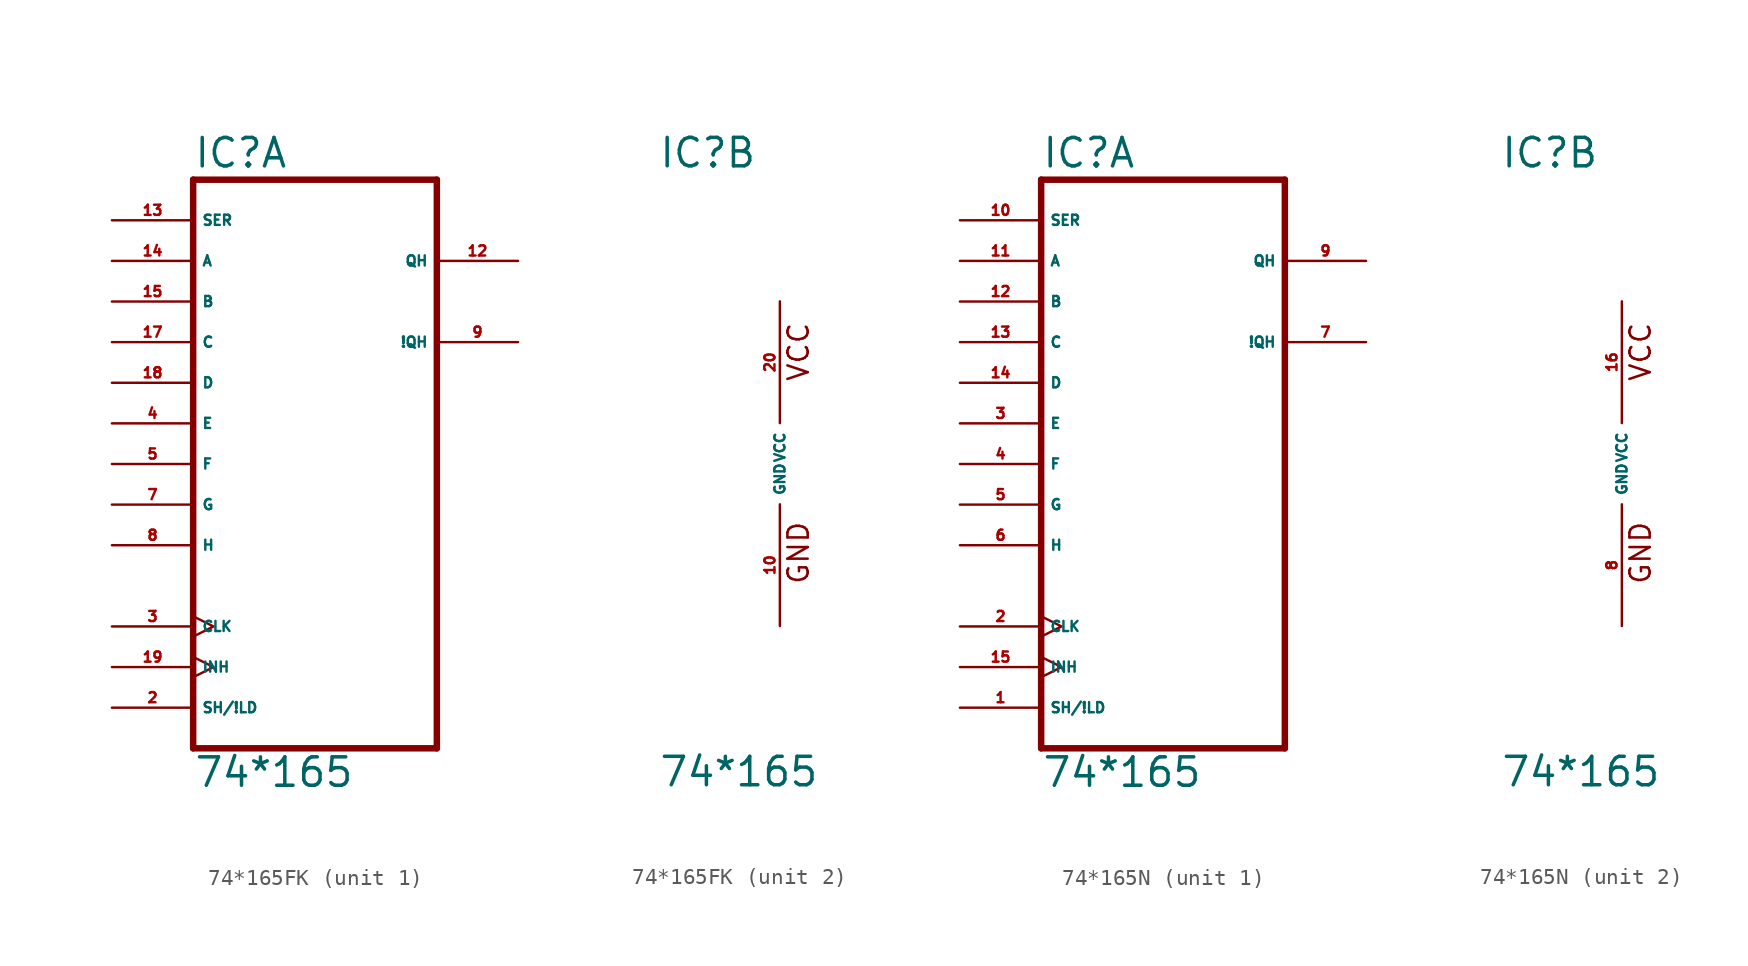
<source format=kicad_sym>
(kicad_symbol_lib
  (version 20220914)
  (generator Eagle2Kicad)
  (symbol "74*165FK"
    (property "Reference" "IC"
      (at -7.62 18.415 0)
      (effects (font (size 1.778 1.778) (thickness 0.22)) (justify left bottom)))
    (property "Value" "74*165"
      (at -7.62 -20.32 0)
      (effects (font (size 1.778 1.778) (thickness 0.22)) (justify left bottom)))
    (symbol "74*165FK_1_0"
      (polyline (pts (xy -7.62 -17.78) (xy 7.62 -17.78)) (stroke (width 0.406) (type default)) (fill (type none)))
      (polyline (pts (xy 7.62 -17.78) (xy 7.62 17.78)) (stroke (width 0.406) (type default)) (fill (type none)))
      (polyline (pts (xy 7.62 17.78) (xy -7.62 17.78)) (stroke (width 0.406) (type default)) (fill (type none)))
      (polyline (pts (xy -7.62 17.78) (xy -7.62 -17.78)) (stroke (width 0.406) (type default)) (fill (type none)))
      (pin input line (at -12.7 -15.24 0) (length 5.08) (name "SH/!LD" (effects (font (size 0.635 0.635) (thickness 0.08)) (justify left bottom))) (number "2" (effects (font (size 0.635 0.635) (thickness 0.08)) (justify left bottom))))
      (pin input clock (at -12.7 -10.16 0) (length 5.08) (name "CLK" (effects (font (size 0.635 0.635) (thickness 0.08)) (justify left bottom))) (number "3" (effects (font (size 0.635 0.635) (thickness 0.08)) (justify left bottom))))
      (pin input line (at -12.7 2.54 0) (length 5.08) (name "E" (effects (font (size 0.635 0.635) (thickness 0.08)) (justify left bottom))) (number "4" (effects (font (size 0.635 0.635) (thickness 0.08)) (justify left bottom))))
      (pin input line (at -12.7 0 0) (length 5.08) (name "F" (effects (font (size 0.635 0.635) (thickness 0.08)) (justify left bottom))) (number "5" (effects (font (size 0.635 0.635) (thickness 0.08)) (justify left bottom))))
      (pin input line (at -12.7 -2.54 0) (length 5.08) (name "G" (effects (font (size 0.635 0.635) (thickness 0.08)) (justify left bottom))) (number "7" (effects (font (size 0.635 0.635) (thickness 0.08)) (justify left bottom))))
      (pin input line (at -12.7 -5.08 0) (length 5.08) (name "H" (effects (font (size 0.635 0.635) (thickness 0.08)) (justify left bottom))) (number "8" (effects (font (size 0.635 0.635) (thickness 0.08)) (justify left bottom))))
      (pin output line (at 12.7 7.62 180) (length 5.08) (name "!QH" (effects (font (size 0.635 0.635) (thickness 0.08)) (justify left bottom))) (number "9" (effects (font (size 0.635 0.635) (thickness 0.08)) (justify left bottom))))
      (pin output line (at 12.7 12.7 180) (length 5.08) (name "QH" (effects (font (size 0.635 0.635) (thickness 0.08)) (justify left bottom))) (number "12" (effects (font (size 0.635 0.635) (thickness 0.08)) (justify left bottom))))
      (pin input line (at -12.7 15.24 0) (length 5.08) (name "SER" (effects (font (size 0.635 0.635) (thickness 0.08)) (justify left bottom))) (number "13" (effects (font (size 0.635 0.635) (thickness 0.08)) (justify left bottom))))
      (pin input line (at -12.7 12.7 0) (length 5.08) (name "A" (effects (font (size 0.635 0.635) (thickness 0.08)) (justify left bottom))) (number "14" (effects (font (size 0.635 0.635) (thickness 0.08)) (justify left bottom))))
      (pin input line (at -12.7 10.16 0) (length 5.08) (name "B" (effects (font (size 0.635 0.635) (thickness 0.08)) (justify left bottom))) (number "15" (effects (font (size 0.635 0.635) (thickness 0.08)) (justify left bottom))))
      (pin input line (at -12.7 7.62 0) (length 5.08) (name "C" (effects (font (size 0.635 0.635) (thickness 0.08)) (justify left bottom))) (number "17" (effects (font (size 0.635 0.635) (thickness 0.08)) (justify left bottom))))
      (pin input line (at -12.7 5.08 0) (length 5.08) (name "D" (effects (font (size 0.635 0.635) (thickness 0.08)) (justify left bottom))) (number "18" (effects (font (size 0.635 0.635) (thickness 0.08)) (justify left bottom))))
      (pin input clock (at -12.7 -12.7 0) (length 5.08) (name "INH" (effects (font (size 0.635 0.635) (thickness 0.08)) (justify left bottom))) (number "19" (effects (font (size 0.635 0.635) (thickness 0.08)) (justify left bottom)))))
    (symbol "74*165FK_2_0"
      (text "GND" (at 1.905 -7.62 900) (effects (font (size 1.27 1.27) (thickness 0.16)) (justify left bottom)))
      (text "VCC" (at 1.905 5.08 900) (effects (font (size 1.27 1.27) (thickness 0.16)) (justify left bottom)))
      (pin unspecified line (at 0 -10.16 90) (length 7.62) (name "GND" (effects (font (size 0.635 0.635) (thickness 0.08)) (justify left bottom))) (number "10" (effects (font (size 0.635 0.635) (thickness 0.08)) (justify left bottom))))
      (pin unspecified line (at 0 10.16 270) (length 7.62) (name "VCC" (effects (font (size 0.635 0.635) (thickness 0.08)) (justify left bottom))) (number "20" (effects (font (size 0.635 0.635) (thickness 0.08)) (justify left bottom))))))
  (symbol "74*165N"
    (property "Reference" "IC"
      (at -7.62 18.415 0)
      (effects (font (size 1.778 1.778) (thickness 0.22)) (justify left bottom)))
    (property "Value" "74*165"
      (at -7.62 -20.32 0)
      (effects (font (size 1.778 1.778) (thickness 0.22)) (justify left bottom)))
    (symbol "74*165N_1_0"
      (polyline (pts (xy -7.62 -17.78) (xy 7.62 -17.78)) (stroke (width 0.406) (type default)) (fill (type none)))
      (polyline (pts (xy 7.62 -17.78) (xy 7.62 17.78)) (stroke (width 0.406) (type default)) (fill (type none)))
      (polyline (pts (xy 7.62 17.78) (xy -7.62 17.78)) (stroke (width 0.406) (type default)) (fill (type none)))
      (polyline (pts (xy -7.62 17.78) (xy -7.62 -17.78)) (stroke (width 0.406) (type default)) (fill (type none)))
      (pin input line (at -12.7 -15.24 0) (length 5.08) (name "SH/!LD" (effects (font (size 0.635 0.635) (thickness 0.08)) (justify left bottom))) (number "1" (effects (font (size 0.635 0.635) (thickness 0.08)) (justify left bottom))))
      (pin input clock (at -12.7 -10.16 0) (length 5.08) (name "CLK" (effects (font (size 0.635 0.635) (thickness 0.08)) (justify left bottom))) (number "2" (effects (font (size 0.635 0.635) (thickness 0.08)) (justify left bottom))))
      (pin input line (at -12.7 2.54 0) (length 5.08) (name "E" (effects (font (size 0.635 0.635) (thickness 0.08)) (justify left bottom))) (number "3" (effects (font (size 0.635 0.635) (thickness 0.08)) (justify left bottom))))
      (pin input line (at -12.7 0 0) (length 5.08) (name "F" (effects (font (size 0.635 0.635) (thickness 0.08)) (justify left bottom))) (number "4" (effects (font (size 0.635 0.635) (thickness 0.08)) (justify left bottom))))
      (pin input line (at -12.7 -2.54 0) (length 5.08) (name "G" (effects (font (size 0.635 0.635) (thickness 0.08)) (justify left bottom))) (number "5" (effects (font (size 0.635 0.635) (thickness 0.08)) (justify left bottom))))
      (pin input line (at -12.7 -5.08 0) (length 5.08) (name "H" (effects (font (size 0.635 0.635) (thickness 0.08)) (justify left bottom))) (number "6" (effects (font (size 0.635 0.635) (thickness 0.08)) (justify left bottom))))
      (pin output line (at 12.7 7.62 180) (length 5.08) (name "!QH" (effects (font (size 0.635 0.635) (thickness 0.08)) (justify left bottom))) (number "7" (effects (font (size 0.635 0.635) (thickness 0.08)) (justify left bottom))))
      (pin output line (at 12.7 12.7 180) (length 5.08) (name "QH" (effects (font (size 0.635 0.635) (thickness 0.08)) (justify left bottom))) (number "9" (effects (font (size 0.635 0.635) (thickness 0.08)) (justify left bottom))))
      (pin input line (at -12.7 15.24 0) (length 5.08) (name "SER" (effects (font (size 0.635 0.635) (thickness 0.08)) (justify left bottom))) (number "10" (effects (font (size 0.635 0.635) (thickness 0.08)) (justify left bottom))))
      (pin input line (at -12.7 12.7 0) (length 5.08) (name "A" (effects (font (size 0.635 0.635) (thickness 0.08)) (justify left bottom))) (number "11" (effects (font (size 0.635 0.635) (thickness 0.08)) (justify left bottom))))
      (pin input line (at -12.7 10.16 0) (length 5.08) (name "B" (effects (font (size 0.635 0.635) (thickness 0.08)) (justify left bottom))) (number "12" (effects (font (size 0.635 0.635) (thickness 0.08)) (justify left bottom))))
      (pin input line (at -12.7 7.62 0) (length 5.08) (name "C" (effects (font (size 0.635 0.635) (thickness 0.08)) (justify left bottom))) (number "13" (effects (font (size 0.635 0.635) (thickness 0.08)) (justify left bottom))))
      (pin input line (at -12.7 5.08 0) (length 5.08) (name "D" (effects (font (size 0.635 0.635) (thickness 0.08)) (justify left bottom))) (number "14" (effects (font (size 0.635 0.635) (thickness 0.08)) (justify left bottom))))
      (pin input clock (at -12.7 -12.7 0) (length 5.08) (name "INH" (effects (font (size 0.635 0.635) (thickness 0.08)) (justify left bottom))) (number "15" (effects (font (size 0.635 0.635) (thickness 0.08)) (justify left bottom)))))
    (symbol "74*165N_2_0"
      (text "GND" (at 1.905 -7.62 900) (effects (font (size 1.27 1.27) (thickness 0.16)) (justify left bottom)))
      (text "VCC" (at 1.905 5.08 900) (effects (font (size 1.27 1.27) (thickness 0.16)) (justify left bottom)))
      (pin unspecified line (at 0 -10.16 90) (length 7.62) (name "GND" (effects (font (size 0.635 0.635) (thickness 0.08)) (justify left bottom))) (number "8" (effects (font (size 0.635 0.635) (thickness 0.08)) (justify left bottom))))
      (pin unspecified line (at 0 10.16 270) (length 7.62) (name "VCC" (effects (font (size 0.635 0.635) (thickness 0.08)) (justify left bottom))) (number "16" (effects (font (size 0.635 0.635) (thickness 0.08)) (justify left bottom)))))))
</source>
